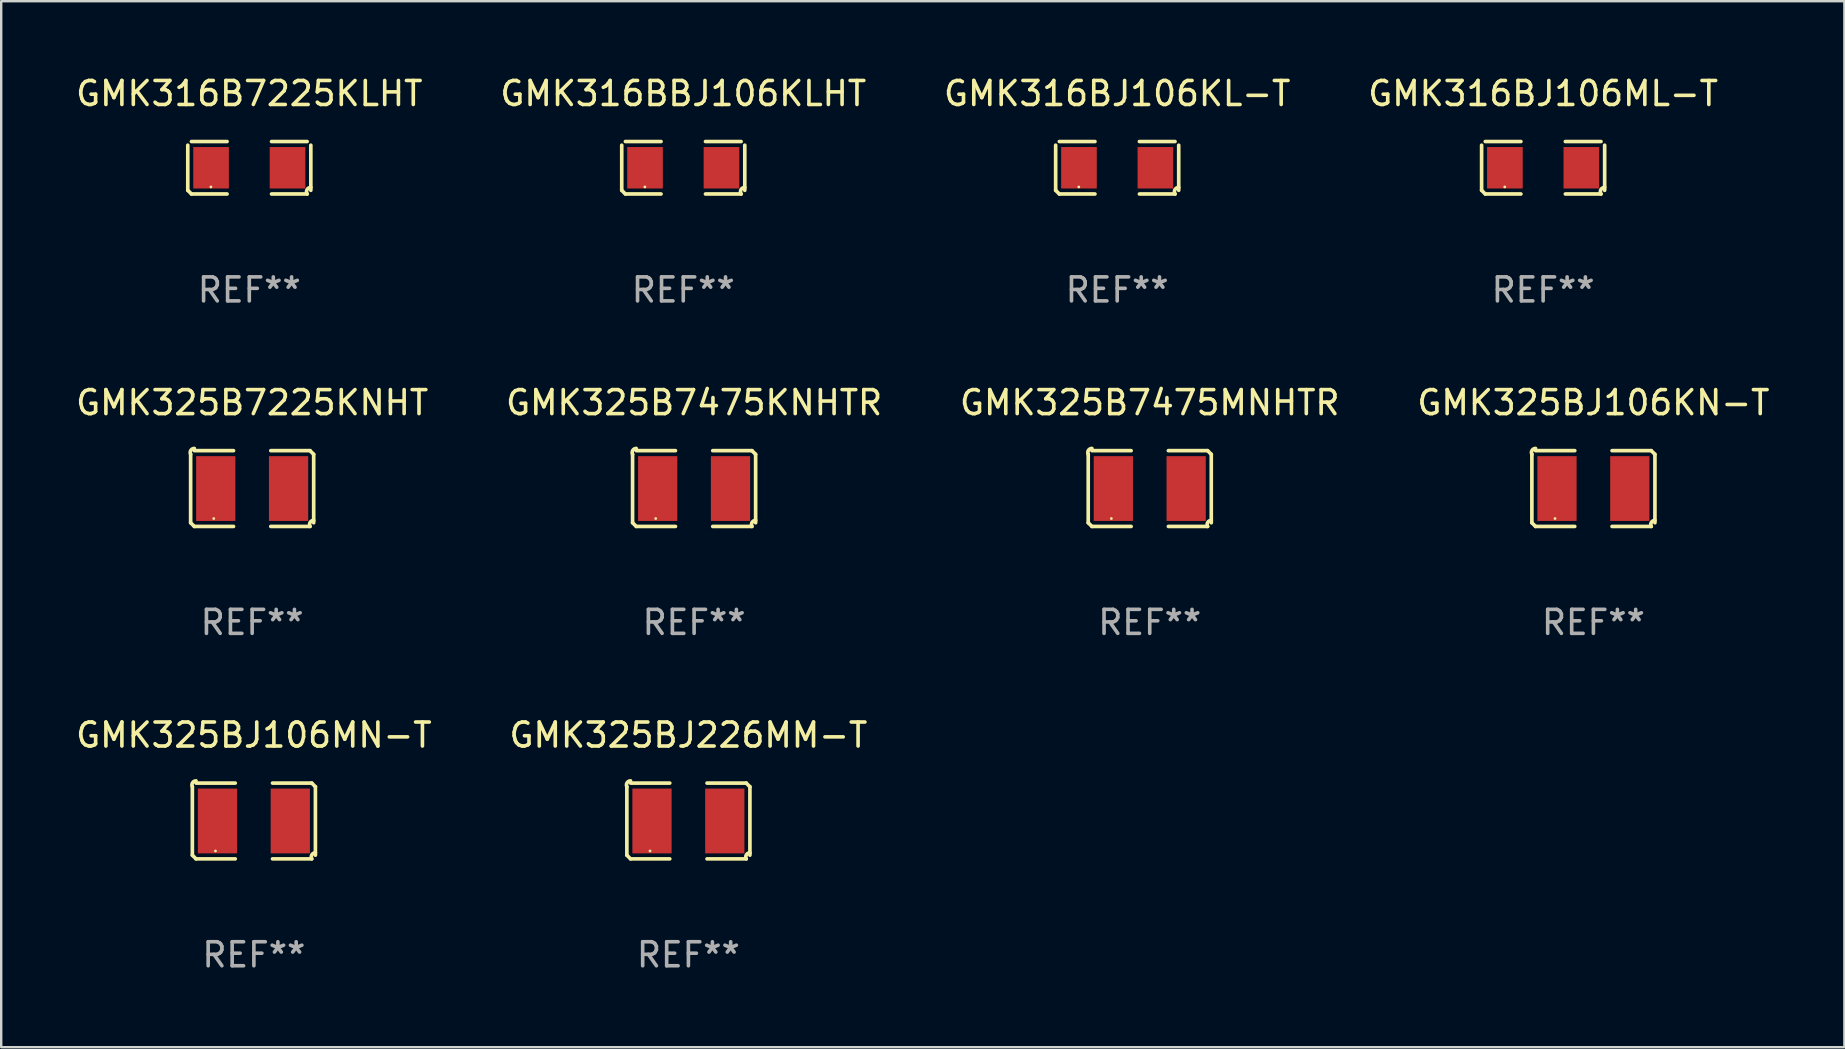
<source format=kicad_pcb>
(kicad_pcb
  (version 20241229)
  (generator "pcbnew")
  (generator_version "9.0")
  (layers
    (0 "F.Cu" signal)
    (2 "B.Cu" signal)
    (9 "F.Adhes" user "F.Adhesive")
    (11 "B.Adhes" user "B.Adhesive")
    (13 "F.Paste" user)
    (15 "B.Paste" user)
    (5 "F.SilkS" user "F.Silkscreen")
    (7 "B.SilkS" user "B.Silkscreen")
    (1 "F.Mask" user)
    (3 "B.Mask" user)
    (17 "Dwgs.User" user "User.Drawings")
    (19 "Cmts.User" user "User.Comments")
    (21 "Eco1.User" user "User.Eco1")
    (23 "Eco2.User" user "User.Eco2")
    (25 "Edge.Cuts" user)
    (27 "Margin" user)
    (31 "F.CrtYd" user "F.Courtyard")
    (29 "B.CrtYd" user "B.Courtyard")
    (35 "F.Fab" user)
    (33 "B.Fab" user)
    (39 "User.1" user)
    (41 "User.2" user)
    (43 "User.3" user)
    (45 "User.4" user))
  (footprint "GMK325BJ106KN-T"
    (layer "F.Cu")
    (at 63.351 17.309)
    (property "Reference" "GMK325BJ106KN-T" (at 0 -3.579 0) (layer "F.SilkS") (effects (font (size 1 1) (thickness 0.15))))
    (attr through_hole)
    (fp_line (start -2.564 1.426) (end -2.564 -1.426) (stroke (width 0.152) (type solid)) (layer "F.SilkS"))
    (fp_line (start -2.411 -1.579) (end -0.776 -1.579) (stroke (width 0.152) (type solid)) (layer "F.SilkS"))
    (fp_line (start -0.776 1.579) (end -2.411 1.579) (stroke (width 0.152) (type solid)) (layer "F.SilkS"))
    (fp_line (start 0.776 1.579) (end 2.411 1.579) (stroke (width 0.152) (type solid)) (layer "F.SilkS"))
    (fp_line (start 2.411 -1.579) (end 0.776 -1.579) (stroke (width 0.152) (type solid)) (layer "F.SilkS"))
    (fp_line (start 2.564 1.426) (end 2.564 -1.426) (stroke (width 0.152) (type solid)) (layer "F.SilkS"))
    (fp_arc (start -2.563602 -1.426213) (mid -2.555597 -1.591233) (end -2.411201 -1.671518) (stroke (width 0.1524) (type solid)) (layer "F.SilkS"))
    (fp_arc (start -2.5636 1.426214) (mid -2.487389 1.502402) (end -2.411201 1.578613) (stroke (width 0.1524) (type solid)) (layer "F.SilkS"))
    (fp_arc (start 2.411197 -1.578618) (mid 2.487403 -1.502419) (end 2.563602 -1.426213) (stroke (width 0.1524) (type solid)) (layer "F.SilkS"))
    (fp_arc (start 2.411201 1.578613) (mid 2.416214 1.409455) (end 2.563602 1.32629) (stroke (width 0.1524) (type solid)) (layer "F.SilkS"))
    (fp_circle (center -1.6 1.25) (end -1.57 1.25) (stroke (width 0.06) (type solid)) (fill no) (layer "F.SilkS"))
    (fp_text user "REF**" (at 0 5.579 0) (layer "F.Fab") (effects (font (size 1 1) (thickness 0.15))))
    (pad "1" smd rect (at -1.517 0) (size 1.635 2.7) (layers "F.Cu" "F.Mask" "F.Paste"))
    (pad "2" smd rect (at 1.517 0) (size 1.635 2.7) (layers "F.Cu" "F.Mask" "F.Paste")))
  (footprint "GMK316BJ106KL-T"
    (layer "F.Cu")
    (at 43.506 3.941)
    (property "Reference" "GMK316BJ106KL-T" (at 0 -3.093 0) (layer "F.SilkS") (effects (font (size 1 1) (thickness 0.15))))
    (attr through_hole)
    (fp_line (start -2.564 0.94) (end -2.564 -0.94) (stroke (width 0.152) (type solid)) (layer "F.SilkS"))
    (fp_line (start -2.411 -1.093) (end -0.926 -1.093) (stroke (width 0.152) (type solid)) (layer "F.SilkS"))
    (fp_line (start -0.926 1.093) (end -2.411 1.093) (stroke (width 0.152) (type solid)) (layer "F.SilkS"))
    (fp_line (start 0.926 1.093) (end 2.411 1.093) (stroke (width 0.152) (type solid)) (layer "F.SilkS"))
    (fp_line (start 2.411 -1.093) (end 0.926 -1.093) (stroke (width 0.152) (type solid)) (layer "F.SilkS"))
    (fp_line (start 2.564 0.94) (end 2.564 -0.94) (stroke (width 0.152) (type solid)) (layer "F.SilkS"))
    (fp_arc (start -2.411201 1.092609) (mid -2.487413 1.01642) (end -2.563602 0.940208) (stroke (width 0.1524) (type solid)) (layer "F.SilkS"))
    (fp_arc (start 2.411201 1.092609) (mid 2.407159 0.911226) (end 2.563602 0.819347) (stroke (width 0.1524) (type solid)) (layer "F.SilkS"))
    (fp_circle (center -1.6 0.8) (end -1.57 0.8) (stroke (width 0.06) (type solid)) (fill no) (layer "F.SilkS"))
    (fp_text user "REF**" (at 0 5.093 0) (layer "F.Fab") (effects (font (size 1 1) (thickness 0.15))))
    (pad "1" smd rect (at -1.593 0) (size 1.485 1.728) (layers "F.Cu" "F.Mask" "F.Paste"))
    (pad "2" smd rect (at 1.593 0) (size 1.485 1.728) (layers "F.Cu" "F.Mask" "F.Paste")))
  (footprint "GMK316B7225KLHT"
    (layer "F.Cu")
    (at 7.339 3.941)
    (property "Reference" "GMK316B7225KLHT" (at 0 -3.093 0) (layer "F.SilkS") (effects (font (size 1 1) (thickness 0.15))))
    (attr through_hole)
    (fp_line (start -2.564 0.94) (end -2.564 -0.94) (stroke (width 0.152) (type solid)) (layer "F.SilkS"))
    (fp_line (start -2.411 -1.093) (end -0.926 -1.093) (stroke (width 0.152) (type solid)) (layer "F.SilkS"))
    (fp_line (start -0.926 1.093) (end -2.411 1.093) (stroke (width 0.152) (type solid)) (layer "F.SilkS"))
    (fp_line (start 0.926 1.093) (end 2.411 1.093) (stroke (width 0.152) (type solid)) (layer "F.SilkS"))
    (fp_line (start 2.411 -1.093) (end 0.926 -1.093) (stroke (width 0.152) (type solid)) (layer "F.SilkS"))
    (fp_line (start 2.564 0.94) (end 2.564 -0.94) (stroke (width 0.152) (type solid)) (layer "F.SilkS"))
    (fp_arc (start -2.411201 1.092609) (mid -2.487413 1.01642) (end -2.563602 0.940208) (stroke (width 0.1524) (type solid)) (layer "F.SilkS"))
    (fp_arc (start 2.411201 1.092609) (mid 2.407159 0.911226) (end 2.563602 0.819347) (stroke (width 0.1524) (type solid)) (layer "F.SilkS"))
    (fp_circle (center -1.6 0.8) (end -1.57 0.8) (stroke (width 0.06) (type solid)) (fill no) (layer "F.SilkS"))
    (fp_text user "REF**" (at 0 5.093 0) (layer "F.Fab") (effects (font (size 1 1) (thickness 0.15))))
    (pad "1" smd rect (at -1.593 0) (size 1.485 1.728) (layers "F.Cu" "F.Mask" "F.Paste"))
    (pad "2" smd rect (at 1.593 0) (size 1.485 1.728) (layers "F.Cu" "F.Mask" "F.Paste")))
  (footprint "GMK325B7475KNHTR"
    (layer "F.Cu")
    (at 25.875 17.309)
    (property "Reference" "GMK325B7475KNHTR" (at 0 -3.579 0) (layer "F.SilkS") (effects (font (size 1 1) (thickness 0.15))))
    (attr through_hole)
    (fp_line (start -2.564 1.426) (end -2.564 -1.426) (stroke (width 0.152) (type solid)) (layer "F.SilkS"))
    (fp_line (start -2.411 -1.579) (end -0.776 -1.579) (stroke (width 0.152) (type solid)) (layer "F.SilkS"))
    (fp_line (start -0.776 1.579) (end -2.411 1.579) (stroke (width 0.152) (type solid)) (layer "F.SilkS"))
    (fp_line (start 0.776 1.579) (end 2.411 1.579) (stroke (width 0.152) (type solid)) (layer "F.SilkS"))
    (fp_line (start 2.411 -1.579) (end 0.776 -1.579) (stroke (width 0.152) (type solid)) (layer "F.SilkS"))
    (fp_line (start 2.564 1.426) (end 2.564 -1.426) (stroke (width 0.152) (type solid)) (layer "F.SilkS"))
    (fp_arc (start -2.563602 -1.426213) (mid -2.555597 -1.591233) (end -2.411201 -1.671518) (stroke (width 0.1524) (type solid)) (layer "F.SilkS"))
    (fp_arc (start -2.5636 1.426214) (mid -2.487389 1.502402) (end -2.411201 1.578613) (stroke (width 0.1524) (type solid)) (layer "F.SilkS"))
    (fp_arc (start 2.411197 -1.578618) (mid 2.487403 -1.502419) (end 2.563602 -1.426213) (stroke (width 0.1524) (type solid)) (layer "F.SilkS"))
    (fp_arc (start 2.411201 1.578613) (mid 2.416214 1.409455) (end 2.563602 1.32629) (stroke (width 0.1524) (type solid)) (layer "F.SilkS"))
    (fp_circle (center -1.6 1.25) (end -1.57 1.25) (stroke (width 0.06) (type solid)) (fill no) (layer "F.SilkS"))
    (fp_text user "REF**" (at 0 5.579 0) (layer "F.Fab") (effects (font (size 1 1) (thickness 0.15))))
    (pad "1" smd rect (at -1.517 0) (size 1.635 2.7) (layers "F.Cu" "F.Mask" "F.Paste"))
    (pad "2" smd rect (at 1.517 0) (size 1.635 2.7) (layers "F.Cu" "F.Mask" "F.Paste")))
  (footprint "GMK325BJ106MN-T"
    (layer "F.Cu")
    (at 7.53 31.162)
    (property "Reference" "GMK325BJ106MN-T" (at 0 -3.579 0) (layer "F.SilkS") (effects (font (size 1 1) (thickness 0.15))))
    (attr through_hole)
    (fp_line (start -2.564 1.426) (end -2.564 -1.426) (stroke (width 0.152) (type solid)) (layer "F.SilkS"))
    (fp_line (start -2.411 -1.579) (end -0.776 -1.579) (stroke (width 0.152) (type solid)) (layer "F.SilkS"))
    (fp_line (start -0.776 1.579) (end -2.411 1.579) (stroke (width 0.152) (type solid)) (layer "F.SilkS"))
    (fp_line (start 0.776 1.579) (end 2.411 1.579) (stroke (width 0.152) (type solid)) (layer "F.SilkS"))
    (fp_line (start 2.411 -1.579) (end 0.776 -1.579) (stroke (width 0.152) (type solid)) (layer "F.SilkS"))
    (fp_line (start 2.564 1.426) (end 2.564 -1.426) (stroke (width 0.152) (type solid)) (layer "F.SilkS"))
    (fp_arc (start -2.563602 -1.426213) (mid -2.555597 -1.591233) (end -2.411201 -1.671518) (stroke (width 0.1524) (type solid)) (layer "F.SilkS"))
    (fp_arc (start -2.5636 1.426214) (mid -2.487389 1.502402) (end -2.411201 1.578613) (stroke (width 0.1524) (type solid)) (layer "F.SilkS"))
    (fp_arc (start 2.411197 -1.578618) (mid 2.487403 -1.502419) (end 2.563602 -1.426213) (stroke (width 0.1524) (type solid)) (layer "F.SilkS"))
    (fp_arc (start 2.411201 1.578613) (mid 2.416214 1.409455) (end 2.563602 1.32629) (stroke (width 0.1524) (type solid)) (layer "F.SilkS"))
    (fp_circle (center -1.6 1.25) (end -1.57 1.25) (stroke (width 0.06) (type solid)) (fill no) (layer "F.SilkS"))
    (fp_text user "REF**" (at 0 5.579 0) (layer "F.Fab") (effects (font (size 1 1) (thickness 0.15))))
    (pad "1" smd rect (at -1.517 0) (size 1.635 2.7) (layers "F.Cu" "F.Mask" "F.Paste"))
    (pad "2" smd rect (at 1.517 0) (size 1.635 2.7) (layers "F.Cu" "F.Mask" "F.Paste")))
  (footprint "GMK325B7475MNHTR"
    (layer "F.Cu")
    (at 44.863 17.309)
    (property "Reference" "GMK325B7475MNHTR" (at 0 -3.579 0) (layer "F.SilkS") (effects (font (size 1 1) (thickness 0.15))))
    (attr through_hole)
    (fp_line (start -2.564 1.426) (end -2.564 -1.426) (stroke (width 0.152) (type solid)) (layer "F.SilkS"))
    (fp_line (start -2.411 -1.579) (end -0.776 -1.579) (stroke (width 0.152) (type solid)) (layer "F.SilkS"))
    (fp_line (start -0.776 1.579) (end -2.411 1.579) (stroke (width 0.152) (type solid)) (layer "F.SilkS"))
    (fp_line (start 0.776 1.579) (end 2.411 1.579) (stroke (width 0.152) (type solid)) (layer "F.SilkS"))
    (fp_line (start 2.411 -1.579) (end 0.776 -1.579) (stroke (width 0.152) (type solid)) (layer "F.SilkS"))
    (fp_line (start 2.564 1.426) (end 2.564 -1.426) (stroke (width 0.152) (type solid)) (layer "F.SilkS"))
    (fp_arc (start -2.563602 -1.426213) (mid -2.555597 -1.591233) (end -2.411201 -1.671518) (stroke (width 0.1524) (type solid)) (layer "F.SilkS"))
    (fp_arc (start -2.5636 1.426214) (mid -2.487389 1.502402) (end -2.411201 1.578613) (stroke (width 0.1524) (type solid)) (layer "F.SilkS"))
    (fp_arc (start 2.411197 -1.578618) (mid 2.487403 -1.502419) (end 2.563602 -1.426213) (stroke (width 0.1524) (type solid)) (layer "F.SilkS"))
    (fp_arc (start 2.411201 1.578613) (mid 2.416214 1.409455) (end 2.563602 1.32629) (stroke (width 0.1524) (type solid)) (layer "F.SilkS"))
    (fp_circle (center -1.6 1.25) (end -1.57 1.25) (stroke (width 0.06) (type solid)) (fill no) (layer "F.SilkS"))
    (fp_text user "REF**" (at 0 5.579 0) (layer "F.Fab") (effects (font (size 1 1) (thickness 0.15))))
    (pad "1" smd rect (at -1.517 0) (size 1.635 2.7) (layers "F.Cu" "F.Mask" "F.Paste"))
    (pad "2" smd rect (at 1.517 0) (size 1.635 2.7) (layers "F.Cu" "F.Mask" "F.Paste")))
  (footprint "GMK316BJ106ML-T"
    (layer "F.Cu")
    (at 61.256 3.941)
    (property "Reference" "GMK316BJ106ML-T" (at 0 -3.093 0) (layer "F.SilkS") (effects (font (size 1 1) (thickness 0.15))))
    (attr through_hole)
    (fp_line (start -2.564 0.94) (end -2.564 -0.94) (stroke (width 0.152) (type solid)) (layer "F.SilkS"))
    (fp_line (start -2.411 -1.093) (end -0.926 -1.093) (stroke (width 0.152) (type solid)) (layer "F.SilkS"))
    (fp_line (start -0.926 1.093) (end -2.411 1.093) (stroke (width 0.152) (type solid)) (layer "F.SilkS"))
    (fp_line (start 0.926 1.093) (end 2.411 1.093) (stroke (width 0.152) (type solid)) (layer "F.SilkS"))
    (fp_line (start 2.411 -1.093) (end 0.926 -1.093) (stroke (width 0.152) (type solid)) (layer "F.SilkS"))
    (fp_line (start 2.564 0.94) (end 2.564 -0.94) (stroke (width 0.152) (type solid)) (layer "F.SilkS"))
    (fp_arc (start -2.411201 1.092609) (mid -2.487413 1.01642) (end -2.563602 0.940208) (stroke (width 0.1524) (type solid)) (layer "F.SilkS"))
    (fp_arc (start 2.411201 1.092609) (mid 2.407159 0.911226) (end 2.563602 0.819347) (stroke (width 0.1524) (type solid)) (layer "F.SilkS"))
    (fp_circle (center -1.6 0.8) (end -1.57 0.8) (stroke (width 0.06) (type solid)) (fill no) (layer "F.SilkS"))
    (fp_text user "REF**" (at 0 5.093 0) (layer "F.Fab") (effects (font (size 1 1) (thickness 0.15))))
    (pad "1" smd rect (at -1.593 0) (size 1.485 1.728) (layers "F.Cu" "F.Mask" "F.Paste"))
    (pad "2" smd rect (at 1.593 0) (size 1.485 1.728) (layers "F.Cu" "F.Mask" "F.Paste")))
  (footprint "GMK316BBJ106KLHT"
    (layer "F.Cu")
    (at 25.423 3.941)
    (property "Reference" "GMK316BBJ106KLHT" (at 0 -3.093 0) (layer "F.SilkS") (effects (font (size 1 1) (thickness 0.15))))
    (attr through_hole)
    (fp_line (start -2.564 0.94) (end -2.564 -0.94) (stroke (width 0.152) (type solid)) (layer "F.SilkS"))
    (fp_line (start -2.411 -1.093) (end -0.926 -1.093) (stroke (width 0.152) (type solid)) (layer "F.SilkS"))
    (fp_line (start -0.926 1.093) (end -2.411 1.093) (stroke (width 0.152) (type solid)) (layer "F.SilkS"))
    (fp_line (start 0.926 1.093) (end 2.411 1.093) (stroke (width 0.152) (type solid)) (layer "F.SilkS"))
    (fp_line (start 2.411 -1.093) (end 0.926 -1.093) (stroke (width 0.152) (type solid)) (layer "F.SilkS"))
    (fp_line (start 2.564 0.94) (end 2.564 -0.94) (stroke (width 0.152) (type solid)) (layer "F.SilkS"))
    (fp_arc (start -2.411201 1.092609) (mid -2.487413 1.01642) (end -2.563602 0.940208) (stroke (width 0.1524) (type solid)) (layer "F.SilkS"))
    (fp_arc (start 2.411201 1.092609) (mid 2.407159 0.911226) (end 2.563602 0.819347) (stroke (width 0.1524) (type solid)) (layer "F.SilkS"))
    (fp_circle (center -1.6 0.8) (end -1.57 0.8) (stroke (width 0.06) (type solid)) (fill no) (layer "F.SilkS"))
    (fp_text user "REF**" (at 0 5.093 0) (layer "F.Fab") (effects (font (size 1 1) (thickness 0.15))))
    (pad "1" smd rect (at -1.593 0) (size 1.485 1.728) (layers "F.Cu" "F.Mask" "F.Paste"))
    (pad "2" smd rect (at 1.593 0) (size 1.485 1.728) (layers "F.Cu" "F.Mask" "F.Paste")))
  (footprint "GMK325B7225KNHT"
    (layer "F.Cu")
    (at 7.458 17.309)
    (property "Reference" "GMK325B7225KNHT" (at 0 -3.579 0) (layer "F.SilkS") (effects (font (size 1 1) (thickness 0.15))))
    (attr through_hole)
    (fp_line (start -2.564 1.426) (end -2.564 -1.426) (stroke (width 0.152) (type solid)) (layer "F.SilkS"))
    (fp_line (start -2.411 -1.579) (end -0.776 -1.579) (stroke (width 0.152) (type solid)) (layer "F.SilkS"))
    (fp_line (start -0.776 1.579) (end -2.411 1.579) (stroke (width 0.152) (type solid)) (layer "F.SilkS"))
    (fp_line (start 0.776 1.579) (end 2.411 1.579) (stroke (width 0.152) (type solid)) (layer "F.SilkS"))
    (fp_line (start 2.411 -1.579) (end 0.776 -1.579) (stroke (width 0.152) (type solid)) (layer "F.SilkS"))
    (fp_line (start 2.564 1.426) (end 2.564 -1.426) (stroke (width 0.152) (type solid)) (layer "F.SilkS"))
    (fp_arc (start -2.563602 -1.426213) (mid -2.555597 -1.591233) (end -2.411201 -1.671518) (stroke (width 0.1524) (type solid)) (layer "F.SilkS"))
    (fp_arc (start -2.5636 1.426214) (mid -2.487389 1.502402) (end -2.411201 1.578613) (stroke (width 0.1524) (type solid)) (layer "F.SilkS"))
    (fp_arc (start 2.411197 -1.578618) (mid 2.487403 -1.502419) (end 2.563602 -1.426213) (stroke (width 0.1524) (type solid)) (layer "F.SilkS"))
    (fp_arc (start 2.411201 1.578613) (mid 2.416214 1.409455) (end 2.563602 1.32629) (stroke (width 0.1524) (type solid)) (layer "F.SilkS"))
    (fp_circle (center -1.6 1.25) (end -1.57 1.25) (stroke (width 0.06) (type solid)) (fill no) (layer "F.SilkS"))
    (fp_text user "REF**" (at 0 5.579 0) (layer "F.Fab") (effects (font (size 1 1) (thickness 0.15))))
    (pad "1" smd rect (at -1.517 0) (size 1.635 2.7) (layers "F.Cu" "F.Mask" "F.Paste"))
    (pad "2" smd rect (at 1.517 0) (size 1.635 2.7) (layers "F.Cu" "F.Mask" "F.Paste")))
  (footprint "GMK325BJ226MM-T"
    (layer "F.Cu")
    (at 25.637 31.162)
    (property "Reference" "GMK325BJ226MM-T" (at 0 -3.579 0) (layer "F.SilkS") (effects (font (size 1 1) (thickness 0.15))))
    (attr through_hole)
    (fp_line (start -2.564 1.426) (end -2.564 -1.426) (stroke (width 0.152) (type solid)) (layer "F.SilkS"))
    (fp_line (start -2.411 -1.579) (end -0.776 -1.579) (stroke (width 0.152) (type solid)) (layer "F.SilkS"))
    (fp_line (start -0.776 1.579) (end -2.411 1.579) (stroke (width 0.152) (type solid)) (layer "F.SilkS"))
    (fp_line (start 0.776 1.579) (end 2.411 1.579) (stroke (width 0.152) (type solid)) (layer "F.SilkS"))
    (fp_line (start 2.411 -1.579) (end 0.776 -1.579) (stroke (width 0.152) (type solid)) (layer "F.SilkS"))
    (fp_line (start 2.564 1.426) (end 2.564 -1.426) (stroke (width 0.152) (type solid)) (layer "F.SilkS"))
    (fp_arc (start -2.563602 -1.426213) (mid -2.555597 -1.591233) (end -2.411201 -1.671518) (stroke (width 0.1524) (type solid)) (layer "F.SilkS"))
    (fp_arc (start -2.5636 1.426214) (mid -2.487389 1.502402) (end -2.411201 1.578613) (stroke (width 0.1524) (type solid)) (layer "F.SilkS"))
    (fp_arc (start 2.411197 -1.578618) (mid 2.487403 -1.502419) (end 2.563602 -1.426213) (stroke (width 0.1524) (type solid)) (layer "F.SilkS"))
    (fp_arc (start 2.411201 1.578613) (mid 2.416214 1.409455) (end 2.563602 1.32629) (stroke (width 0.1524) (type solid)) (layer "F.SilkS"))
    (fp_circle (center -1.6 1.25) (end -1.57 1.25) (stroke (width 0.06) (type solid)) (fill no) (layer "F.SilkS"))
    (fp_text user "REF**" (at 0 5.579 0) (layer "F.Fab") (effects (font (size 1 1) (thickness 0.15))))
    (pad "1" smd rect (at -1.517 0) (size 1.635 2.7) (layers "F.Cu" "F.Mask" "F.Paste"))
    (pad "2" smd rect (at 1.517 0) (size 1.635 2.7) (layers "F.Cu" "F.Mask" "F.Paste")))
  (gr_rect
    (start -3 -3)
    (end 73.81 40.589)
    (stroke (width 0.1) (type default))
    (fill no)
    (layer "Edge.Cuts")))
</source>
